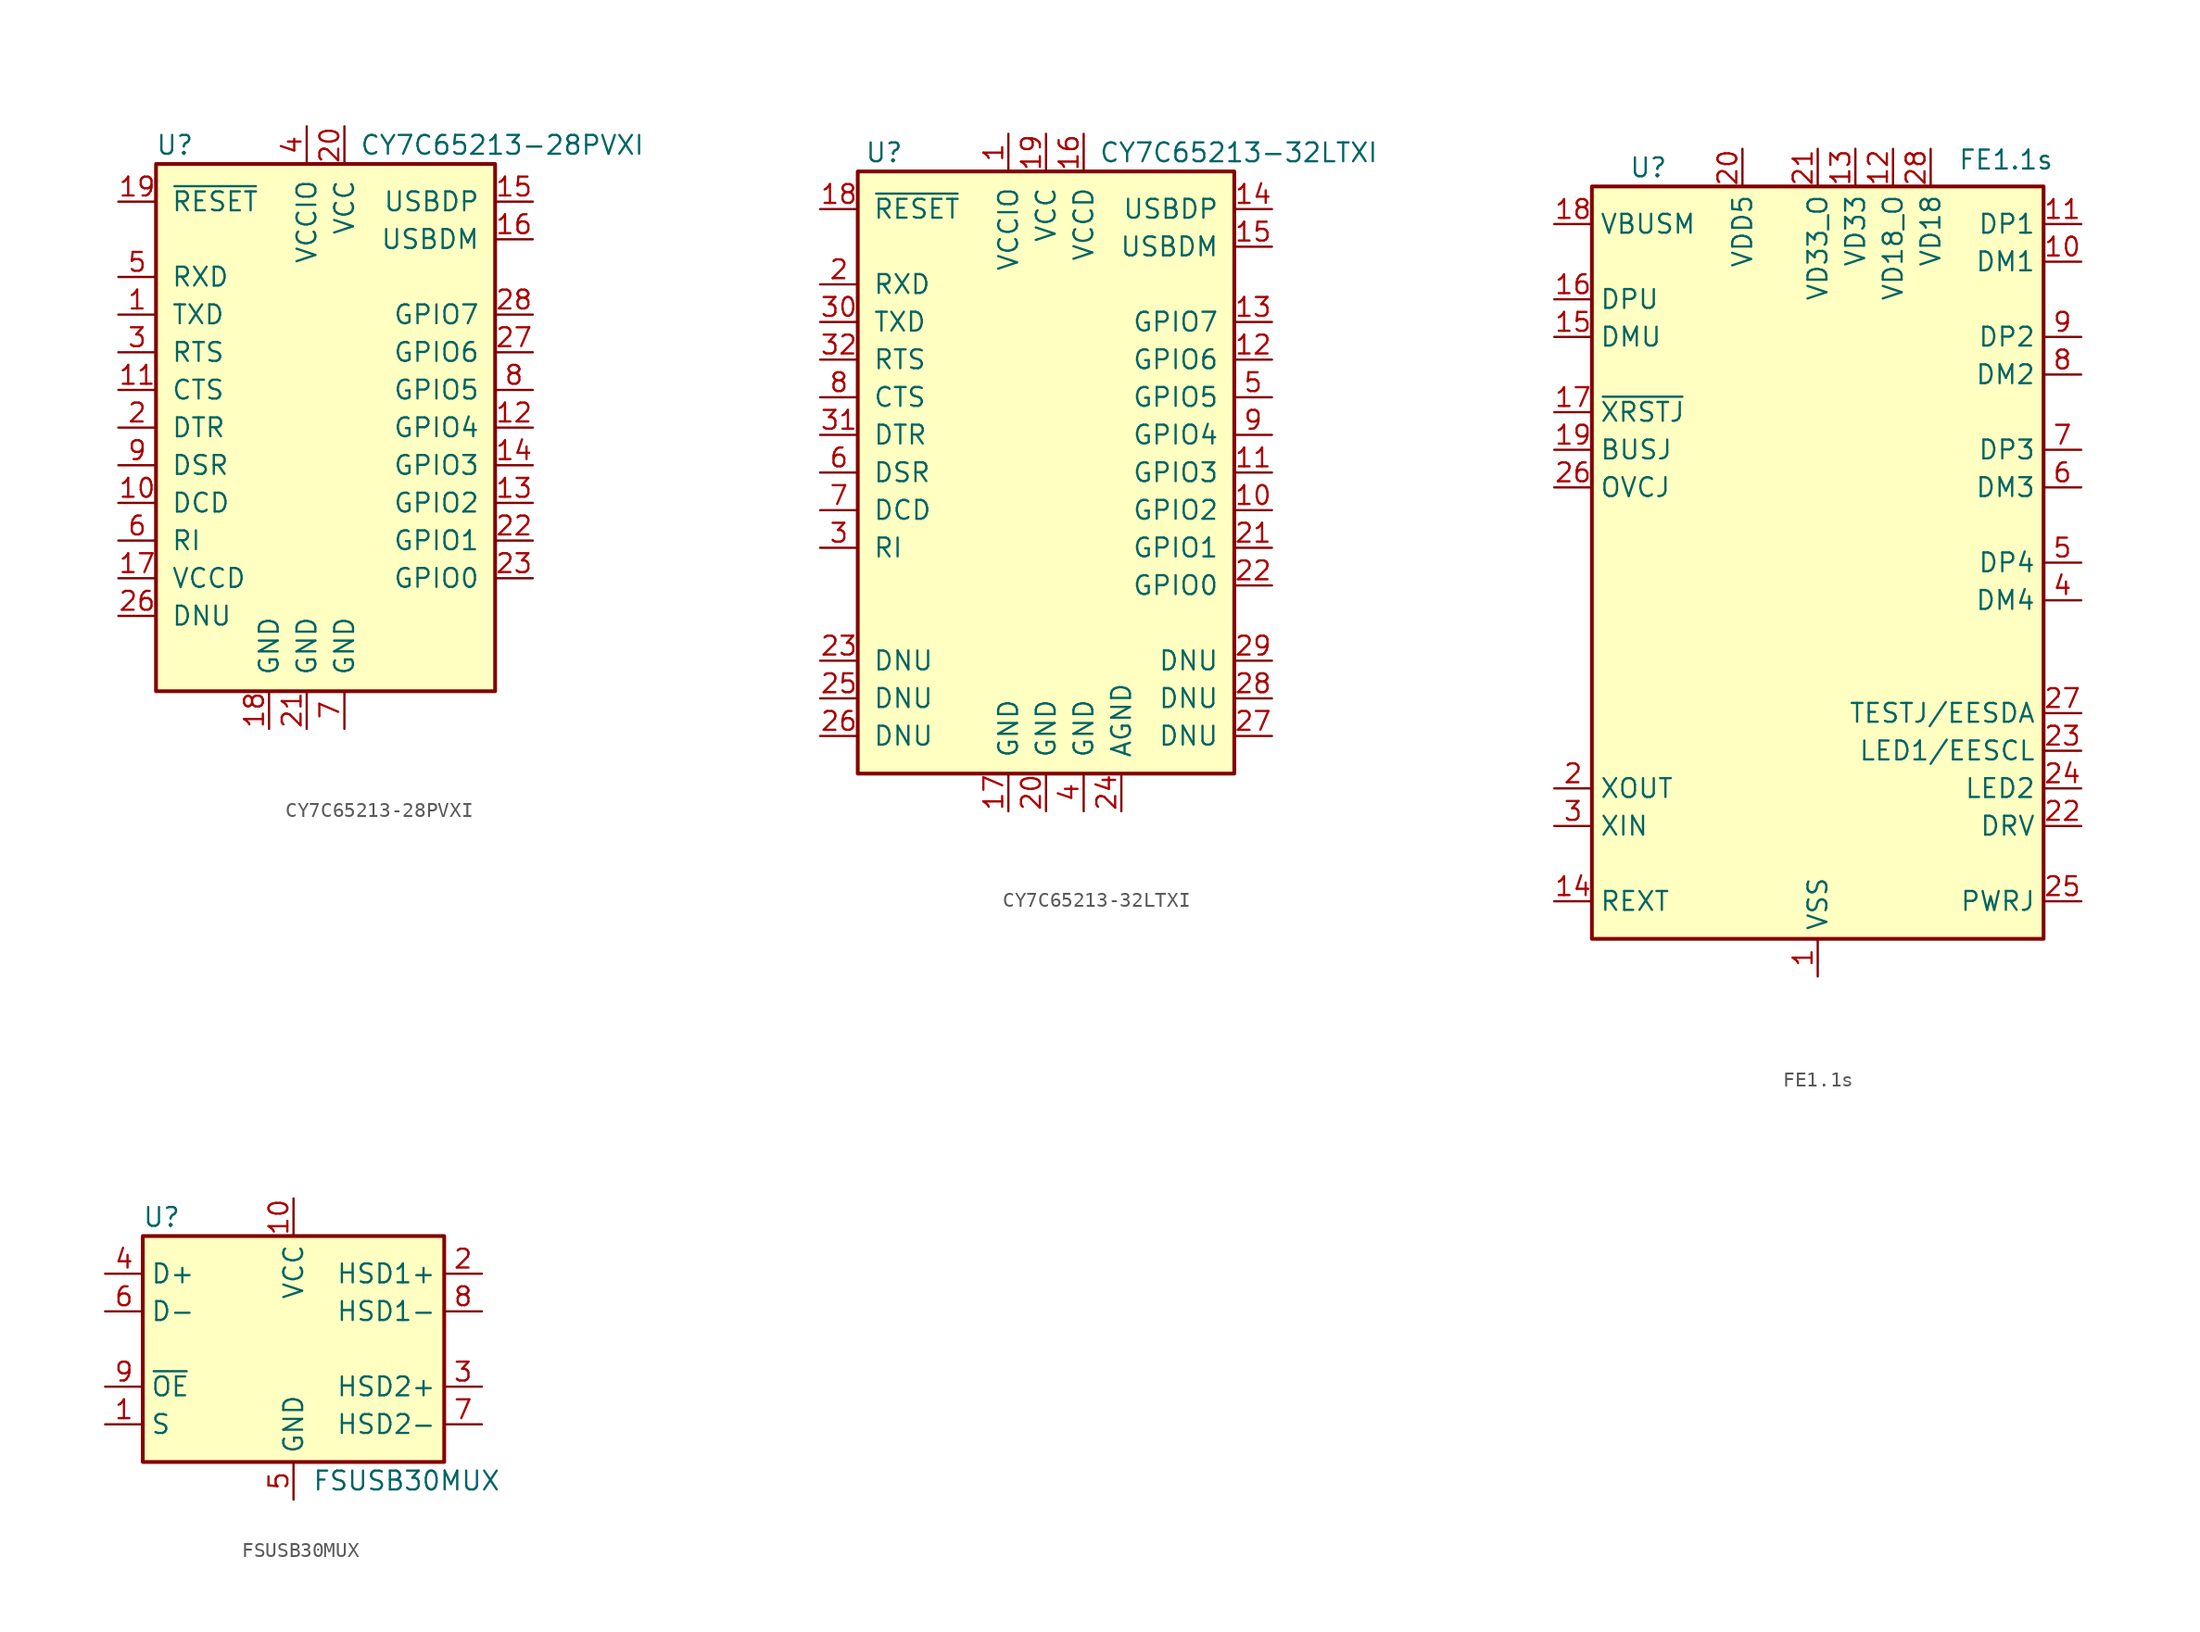
<source format=kicad_sym>
(kicad_symbol_lib
  (version 20211014)
  (generator kicad_symbol_editor)
  (symbol "CY7C65213-28PVXI"
    (pin_names
      (offset 1.016))
    (property "Reference" "U"
      (at -8.89 19.05 0)
      (effects (font (size 1.27 1.27))))
    (property "Value" "CY7C65213-28PVXI"
      (at 3.556 19.05 0)
      (effects (font (size 1.27 1.27)) (justify left)))
    (symbol "CY7C65213-28PVXI_0_1"
      (rectangle (start -10.16 17.78) (end 12.7 -17.78) (stroke (width 0.254) (type default) (color 0 0 0 0)) (fill (type background))))
    (symbol "CY7C65213-28PVXI_1_1"
      (pin output line (at -12.7 7.62 0) (length 2.54) (name "TXD" (effects (font (size 1.27 1.27)))) (number "1" (effects (font (size 1.27 1.27)))))
      (pin input line (at -12.7 -5.08 0) (length 2.54) (name "DCD" (effects (font (size 1.27 1.27)))) (number "10" (effects (font (size 1.27 1.27)))))
      (pin input line (at -12.7 2.54 0) (length 2.54) (name "CTS" (effects (font (size 1.27 1.27)))) (number "11" (effects (font (size 1.27 1.27)))))
      (pin bidirectional line (at 15.24 0 180) (length 2.54) (name "GPIO4" (effects (font (size 1.27 1.27)))) (number "12" (effects (font (size 1.27 1.27)))))
      (pin tri_state line (at 15.24 -5.08 180) (length 2.54) (name "GPIO2" (effects (font (size 1.27 1.27)))) (number "13" (effects (font (size 1.27 1.27)))))
      (pin bidirectional line (at 15.24 -2.54 180) (length 2.54) (name "GPIO3" (effects (font (size 1.27 1.27)))) (number "14" (effects (font (size 1.27 1.27)))))
      (pin bidirectional line (at 15.24 15.24 180) (length 2.54) (name "USBDP" (effects (font (size 1.27 1.27)))) (number "15" (effects (font (size 1.27 1.27)))))
      (pin bidirectional line (at 15.24 12.7 180) (length 2.54) (name "USBDM" (effects (font (size 1.27 1.27)))) (number "16" (effects (font (size 1.27 1.27)))))
      (pin passive line (at -12.7 -10.16 0) (length 2.54) (name "VCCD" (effects (font (size 1.27 1.27)))) (number "17" (effects (font (size 1.27 1.27)))))
      (pin power_in line (at -2.54 -20.32 90) (length 2.54) (name "GND" (effects (font (size 1.27 1.27)))) (number "18" (effects (font (size 1.27 1.27)))))
      (pin bidirectional line (at -12.7 15.24 0) (length 2.54) (name "~{RESET}" (effects (font (size 1.27 1.27)))) (number "19" (effects (font (size 1.27 1.27)))))
      (pin output line (at -12.7 0 0) (length 2.54) (name "DTR" (effects (font (size 1.27 1.27)))) (number "2" (effects (font (size 1.27 1.27)))))
      (pin power_in line (at 2.54 20.32 270) (length 2.54) (name "VCC" (effects (font (size 1.27 1.27)))) (number "20" (effects (font (size 1.27 1.27)))))
      (pin power_in line (at 0 -20.32 90) (length 2.54) (name "GND" (effects (font (size 1.27 1.27)))) (number "21" (effects (font (size 1.27 1.27)))))
      (pin bidirectional line (at 15.24 -7.62 180) (length 2.54) (name "GPIO1" (effects (font (size 1.27 1.27)))) (number "22" (effects (font (size 1.27 1.27)))))
      (pin bidirectional line (at 15.24 -10.16 180) (length 2.54) (name "GPIO0" (effects (font (size 1.27 1.27)))) (number "23" (effects (font (size 1.27 1.27)))))
      (pin no_connect line (at 12.7 -15.24 180) (length 2.54) hide (name "NC" (effects (font (size 1.27 1.27)))) (number "24" (effects (font (size 1.27 1.27)))))
      (pin no_connect line (at 12.7 -12.7 180) (length 2.54) hide (name "NC" (effects (font (size 1.27 1.27)))) (number "25" (effects (font (size 1.27 1.27)))))
      (pin passive line (at -12.7 -12.7 0) (length 2.54) (name "DNU" (effects (font (size 1.27 1.27)))) (number "26" (effects (font (size 1.27 1.27)))))
      (pin tri_state line (at 15.24 5.08 180) (length 2.54) (name "GPIO6" (effects (font (size 1.27 1.27)))) (number "27" (effects (font (size 1.27 1.27)))))
      (pin tri_state line (at 15.24 7.62 180) (length 2.54) (name "GPIO7" (effects (font (size 1.27 1.27)))) (number "28" (effects (font (size 1.27 1.27)))))
      (pin output line (at -12.7 5.08 0) (length 2.54) (name "RTS" (effects (font (size 1.27 1.27)))) (number "3" (effects (font (size 1.27 1.27)))))
      (pin power_in line (at 0 20.32 270) (length 2.54) (name "VCCIO" (effects (font (size 1.27 1.27)))) (number "4" (effects (font (size 1.27 1.27)))))
      (pin input line (at -12.7 10.16 0) (length 2.54) (name "RXD" (effects (font (size 1.27 1.27)))) (number "5" (effects (font (size 1.27 1.27)))))
      (pin input line (at -12.7 -7.62 0) (length 2.54) (name "RI" (effects (font (size 1.27 1.27)))) (number "6" (effects (font (size 1.27 1.27)))))
      (pin power_in line (at 2.54 -20.32 90) (length 2.54) (name "GND" (effects (font (size 1.27 1.27)))) (number "7" (effects (font (size 1.27 1.27)))))
      (pin tri_state line (at 15.24 2.54 180) (length 2.54) (name "GPIO5" (effects (font (size 1.27 1.27)))) (number "8" (effects (font (size 1.27 1.27)))))
      (pin input line (at -12.7 -2.54 0) (length 2.54) (name "DSR" (effects (font (size 1.27 1.27)))) (number "9" (effects (font (size 1.27 1.27)))))))
  (symbol "CY7C65213-32LTXI"
    (pin_names
      (offset 1.016))
    (property "Reference" "U"
      (at -10.922 19.05 0)
      (effects (font (size 1.27 1.27))))
    (property "Value" "CY7C65213-32LTXI"
      (at 3.556 19.05 0)
      (effects (font (size 1.27 1.27)) (justify left)))
    (symbol "CY7C65213-32LTXI_0_1"
      (rectangle (start -12.7 17.78) (end 12.7 -22.86) (stroke (width 0.254) (type default) (color 0 0 0 0)) (fill (type background))))
    (symbol "CY7C65213-32LTXI_1_1"
      (pin power_in line (at -2.54 20.32 270) (length 2.54) (name "VCCIO" (effects (font (size 1.27 1.27)))) (number "1" (effects (font (size 1.27 1.27)))))
      (pin tri_state line (at 15.24 -5.08 180) (length 2.54) (name "GPIO2" (effects (font (size 1.27 1.27)))) (number "10" (effects (font (size 1.27 1.27)))))
      (pin bidirectional line (at 15.24 -2.54 180) (length 2.54) (name "GPIO3" (effects (font (size 1.27 1.27)))) (number "11" (effects (font (size 1.27 1.27)))))
      (pin tri_state line (at 15.24 5.08 180) (length 2.54) (name "GPIO6" (effects (font (size 1.27 1.27)))) (number "12" (effects (font (size 1.27 1.27)))))
      (pin tri_state line (at 15.24 7.62 180) (length 2.54) (name "GPIO7" (effects (font (size 1.27 1.27)))) (number "13" (effects (font (size 1.27 1.27)))))
      (pin bidirectional line (at 15.24 15.24 180) (length 2.54) (name "USBDP" (effects (font (size 1.27 1.27)))) (number "14" (effects (font (size 1.27 1.27)))))
      (pin bidirectional line (at 15.24 12.7 180) (length 2.54) (name "USBDM" (effects (font (size 1.27 1.27)))) (number "15" (effects (font (size 1.27 1.27)))))
      (pin passive line (at 2.54 20.32 270) (length 2.54) (name "VCCD" (effects (font (size 1.27 1.27)))) (number "16" (effects (font (size 1.27 1.27)))))
      (pin power_in line (at -2.54 -25.4 90) (length 2.54) (name "GND" (effects (font (size 1.27 1.27)))) (number "17" (effects (font (size 1.27 1.27)))))
      (pin bidirectional line (at -15.24 15.24 0) (length 2.54) (name "~{RESET}" (effects (font (size 1.27 1.27)))) (number "18" (effects (font (size 1.27 1.27)))))
      (pin power_in line (at 0 20.32 270) (length 2.54) (name "VCC" (effects (font (size 1.27 1.27)))) (number "19" (effects (font (size 1.27 1.27)))))
      (pin input line (at -15.24 10.16 0) (length 2.54) (name "RXD" (effects (font (size 1.27 1.27)))) (number "2" (effects (font (size 1.27 1.27)))))
      (pin power_in line (at 0 -25.4 90) (length 2.54) (name "GND" (effects (font (size 1.27 1.27)))) (number "20" (effects (font (size 1.27 1.27)))))
      (pin bidirectional line (at 15.24 -7.62 180) (length 2.54) (name "GPIO1" (effects (font (size 1.27 1.27)))) (number "21" (effects (font (size 1.27 1.27)))))
      (pin bidirectional line (at 15.24 -10.16 180) (length 2.54) (name "GPIO0" (effects (font (size 1.27 1.27)))) (number "22" (effects (font (size 1.27 1.27)))))
      (pin passive line (at -15.24 -15.24 0) (length 2.54) (name "DNU" (effects (font (size 1.27 1.27)))) (number "23" (effects (font (size 1.27 1.27)))))
      (pin power_in line (at 5.08 -25.4 90) (length 2.54) (name "AGND" (effects (font (size 1.27 1.27)))) (number "24" (effects (font (size 1.27 1.27)))))
      (pin passive line (at -15.24 -17.78 0) (length 2.54) (name "DNU" (effects (font (size 1.27 1.27)))) (number "25" (effects (font (size 1.27 1.27)))))
      (pin passive line (at -15.24 -20.32 0) (length 2.54) (name "DNU" (effects (font (size 1.27 1.27)))) (number "26" (effects (font (size 1.27 1.27)))))
      (pin passive line (at 15.24 -20.32 180) (length 2.54) (name "DNU" (effects (font (size 1.27 1.27)))) (number "27" (effects (font (size 1.27 1.27)))))
      (pin passive line (at 15.24 -17.78 180) (length 2.54) (name "DNU" (effects (font (size 1.27 1.27)))) (number "28" (effects (font (size 1.27 1.27)))))
      (pin passive line (at 15.24 -15.24 180) (length 2.54) (name "DNU" (effects (font (size 1.27 1.27)))) (number "29" (effects (font (size 1.27 1.27)))))
      (pin input line (at -15.24 -7.62 0) (length 2.54) (name "RI" (effects (font (size 1.27 1.27)))) (number "3" (effects (font (size 1.27 1.27)))))
      (pin output line (at -15.24 7.62 0) (length 2.54) (name "TXD" (effects (font (size 1.27 1.27)))) (number "30" (effects (font (size 1.27 1.27)))))
      (pin output line (at -15.24 0 0) (length 2.54) (name "DTR" (effects (font (size 1.27 1.27)))) (number "31" (effects (font (size 1.27 1.27)))))
      (pin output line (at -15.24 5.08 0) (length 2.54) (name "RTS" (effects (font (size 1.27 1.27)))) (number "32" (effects (font (size 1.27 1.27)))))
      (pin no_connect line (at -12.7 -12.7 0) (length 2.54) hide (name "1EP" (effects (font (size 1.27 1.27)))) (number "33" (effects (font (size 1.27 1.27)))))
      (pin power_in line (at 2.54 -25.4 90) (length 2.54) (name "GND" (effects (font (size 1.27 1.27)))) (number "4" (effects (font (size 1.27 1.27)))))
      (pin tri_state line (at 15.24 2.54 180) (length 2.54) (name "GPIO5" (effects (font (size 1.27 1.27)))) (number "5" (effects (font (size 1.27 1.27)))))
      (pin input line (at -15.24 -2.54 0) (length 2.54) (name "DSR" (effects (font (size 1.27 1.27)))) (number "6" (effects (font (size 1.27 1.27)))))
      (pin input line (at -15.24 -5.08 0) (length 2.54) (name "DCD" (effects (font (size 1.27 1.27)))) (number "7" (effects (font (size 1.27 1.27)))))
      (pin input line (at -15.24 2.54 0) (length 2.54) (name "CTS" (effects (font (size 1.27 1.27)))) (number "8" (effects (font (size 1.27 1.27)))))
      (pin bidirectional line (at 15.24 0 180) (length 2.54) (name "GPIO4" (effects (font (size 1.27 1.27)))) (number "9" (effects (font (size 1.27 1.27)))))))
  (symbol "FE1.1s"
    (property "Reference" "U"
      (at -11.43 26.67 0)
      (effects (font (size 1.27 1.27))))
    (property "Value" "FE1.1s"
      (at 12.7 27.94 0)
      (effects (font (size 1.27 1.27)) (justify top)))
    (symbol "FE1.1s_0_1"
      (rectangle (start -15.24 25.4) (end 15.24 -25.4) (stroke (width 0.254) (type default) (color 0 0 0 0)) (fill (type background))))
    (symbol "FE1.1s_1_1"
      (pin power_in line (at 0 -27.94 90) (length 2.54) (name "VSS" (effects (font (size 1.27 1.27)))) (number "1" (effects (font (size 1.27 1.27)))))
      (pin bidirectional line (at 17.78 20.32 180) (length 2.54) (name "DM1" (effects (font (size 1.27 1.27)))) (number "10" (effects (font (size 1.27 1.27)))))
      (pin bidirectional line (at 17.78 22.86 180) (length 2.54) (name "DP1" (effects (font (size 1.27 1.27)))) (number "11" (effects (font (size 1.27 1.27)))))
      (pin power_out line (at 5.08 27.94 270) (length 2.54) (name "VD18_O" (effects (font (size 1.27 1.27)))) (number "12" (effects (font (size 1.27 1.27)))))
      (pin power_in line (at 2.54 27.94 270) (length 2.54) (name "VD33" (effects (font (size 1.27 1.27)))) (number "13" (effects (font (size 1.27 1.27)))))
      (pin passive line (at -17.78 -22.86 0) (length 2.54) (name "REXT" (effects (font (size 1.27 1.27)))) (number "14" (effects (font (size 1.27 1.27)))))
      (pin bidirectional line (at -17.78 15.24 0) (length 2.54) (name "DMU" (effects (font (size 1.27 1.27)))) (number "15" (effects (font (size 1.27 1.27)))))
      (pin bidirectional line (at -17.78 17.78 0) (length 2.54) (name "DPU" (effects (font (size 1.27 1.27)))) (number "16" (effects (font (size 1.27 1.27)))))
      (pin input line (at -17.78 10.16 0) (length 2.54) (name "~{XRSTJ}" (effects (font (size 1.27 1.27)))) (number "17" (effects (font (size 1.27 1.27)))))
      (pin input line (at -17.78 22.86 0) (length 2.54) (name "VBUSM" (effects (font (size 1.27 1.27)))) (number "18" (effects (font (size 1.27 1.27)))))
      (pin input line (at -17.78 7.62 0) (length 2.54) (name "BUSJ" (effects (font (size 1.27 1.27)))) (number "19" (effects (font (size 1.27 1.27)))))
      (pin output line (at -17.78 -15.24 0) (length 2.54) (name "XOUT" (effects (font (size 1.27 1.27)))) (number "2" (effects (font (size 1.27 1.27)))))
      (pin power_in line (at -5.08 27.94 270) (length 2.54) (name "VDD5" (effects (font (size 1.27 1.27)))) (number "20" (effects (font (size 1.27 1.27)))))
      (pin power_out line (at 0 27.94 270) (length 2.54) (name "VD33_O" (effects (font (size 1.27 1.27)))) (number "21" (effects (font (size 1.27 1.27)))))
      (pin bidirectional line (at 17.78 -17.78 180) (length 2.54) (name "DRV" (effects (font (size 1.27 1.27)))) (number "22" (effects (font (size 1.27 1.27)))))
      (pin bidirectional line (at 17.78 -12.7 180) (length 2.54) (name "LED1/EESCL" (effects (font (size 1.27 1.27)))) (number "23" (effects (font (size 1.27 1.27)))))
      (pin bidirectional line (at 17.78 -15.24 180) (length 2.54) (name "LED2" (effects (font (size 1.27 1.27)))) (number "24" (effects (font (size 1.27 1.27)))))
      (pin output line (at 17.78 -22.86 180) (length 2.54) (name "PWRJ" (effects (font (size 1.27 1.27)))) (number "25" (effects (font (size 1.27 1.27)))))
      (pin input line (at -17.78 5.08 0) (length 2.54) (name "OVCJ" (effects (font (size 1.27 1.27)))) (number "26" (effects (font (size 1.27 1.27)))))
      (pin bidirectional line (at 17.78 -10.16 180) (length 2.54) (name "TESTJ/EESDA" (effects (font (size 1.27 1.27)))) (number "27" (effects (font (size 1.27 1.27)))))
      (pin power_in line (at 7.62 27.94 270) (length 2.54) (name "VD18" (effects (font (size 1.27 1.27)))) (number "28" (effects (font (size 1.27 1.27)))))
      (pin input line (at -17.78 -17.78 0) (length 2.54) (name "XIN" (effects (font (size 1.27 1.27)))) (number "3" (effects (font (size 1.27 1.27)))))
      (pin bidirectional line (at 17.78 -2.54 180) (length 2.54) (name "DM4" (effects (font (size 1.27 1.27)))) (number "4" (effects (font (size 1.27 1.27)))))
      (pin bidirectional line (at 17.78 0 180) (length 2.54) (name "DP4" (effects (font (size 1.27 1.27)))) (number "5" (effects (font (size 1.27 1.27)))))
      (pin bidirectional line (at 17.78 5.08 180) (length 2.54) (name "DM3" (effects (font (size 1.27 1.27)))) (number "6" (effects (font (size 1.27 1.27)))))
      (pin bidirectional line (at 17.78 7.62 180) (length 2.54) (name "DP3" (effects (font (size 1.27 1.27)))) (number "7" (effects (font (size 1.27 1.27)))))
      (pin bidirectional line (at 17.78 12.7 180) (length 2.54) (name "DM2" (effects (font (size 1.27 1.27)))) (number "8" (effects (font (size 1.27 1.27)))))
      (pin bidirectional line (at 17.78 15.24 180) (length 2.54) (name "DP2" (effects (font (size 1.27 1.27)))) (number "9" (effects (font (size 1.27 1.27)))))))
  (symbol "FSUSB30MUX"
    (property "Reference" "U"
      (at -8.89 8.89 0)
      (effects (font (size 1.27 1.27))))
    (property "Value" "FSUSB30MUX"
      (at 7.62 -8.89 0)
      (effects (font (size 1.27 1.27))))
    (symbol "FSUSB30MUX_0_1"
      (rectangle (start -10.16 7.62) (end 10.16 -7.62) (stroke (width 0.254) (type default) (color 0 0 0 0)) (fill (type background))))
    (symbol "FSUSB30MUX_1_1"
      (pin input line (at -12.7 -5.08 0) (length 2.54) (name "S" (effects (font (size 1.27 1.27)))) (number "1" (effects (font (size 1.27 1.27)))))
      (pin power_in line (at 0 10.16 270) (length 2.54) (name "VCC" (effects (font (size 1.27 1.27)))) (number "10" (effects (font (size 1.27 1.27)))))
      (pin bidirectional line (at 12.7 5.08 180) (length 2.54) (name "HSD1+" (effects (font (size 1.27 1.27)))) (number "2" (effects (font (size 1.27 1.27)))))
      (pin bidirectional line (at 12.7 -2.54 180) (length 2.54) (name "HSD2+" (effects (font (size 1.27 1.27)))) (number "3" (effects (font (size 1.27 1.27)))))
      (pin bidirectional line (at -12.7 5.08 0) (length 2.54) (name "D+" (effects (font (size 1.27 1.27)))) (number "4" (effects (font (size 1.27 1.27)))))
      (pin power_in line (at 0 -10.16 90) (length 2.54) (name "GND" (effects (font (size 1.27 1.27)))) (number "5" (effects (font (size 1.27 1.27)))))
      (pin bidirectional line (at -12.7 2.54 0) (length 2.54) (name "D-" (effects (font (size 1.27 1.27)))) (number "6" (effects (font (size 1.27 1.27)))))
      (pin bidirectional line (at 12.7 -5.08 180) (length 2.54) (name "HSD2-" (effects (font (size 1.27 1.27)))) (number "7" (effects (font (size 1.27 1.27)))))
      (pin bidirectional line (at 12.7 2.54 180) (length 2.54) (name "HSD1-" (effects (font (size 1.27 1.27)))) (number "8" (effects (font (size 1.27 1.27)))))
      (pin input line (at -12.7 -2.54 0) (length 2.54) (name "~{OE}" (effects (font (size 1.27 1.27)))) (number "9" (effects (font (size 1.27 1.27))))))))
</source>
